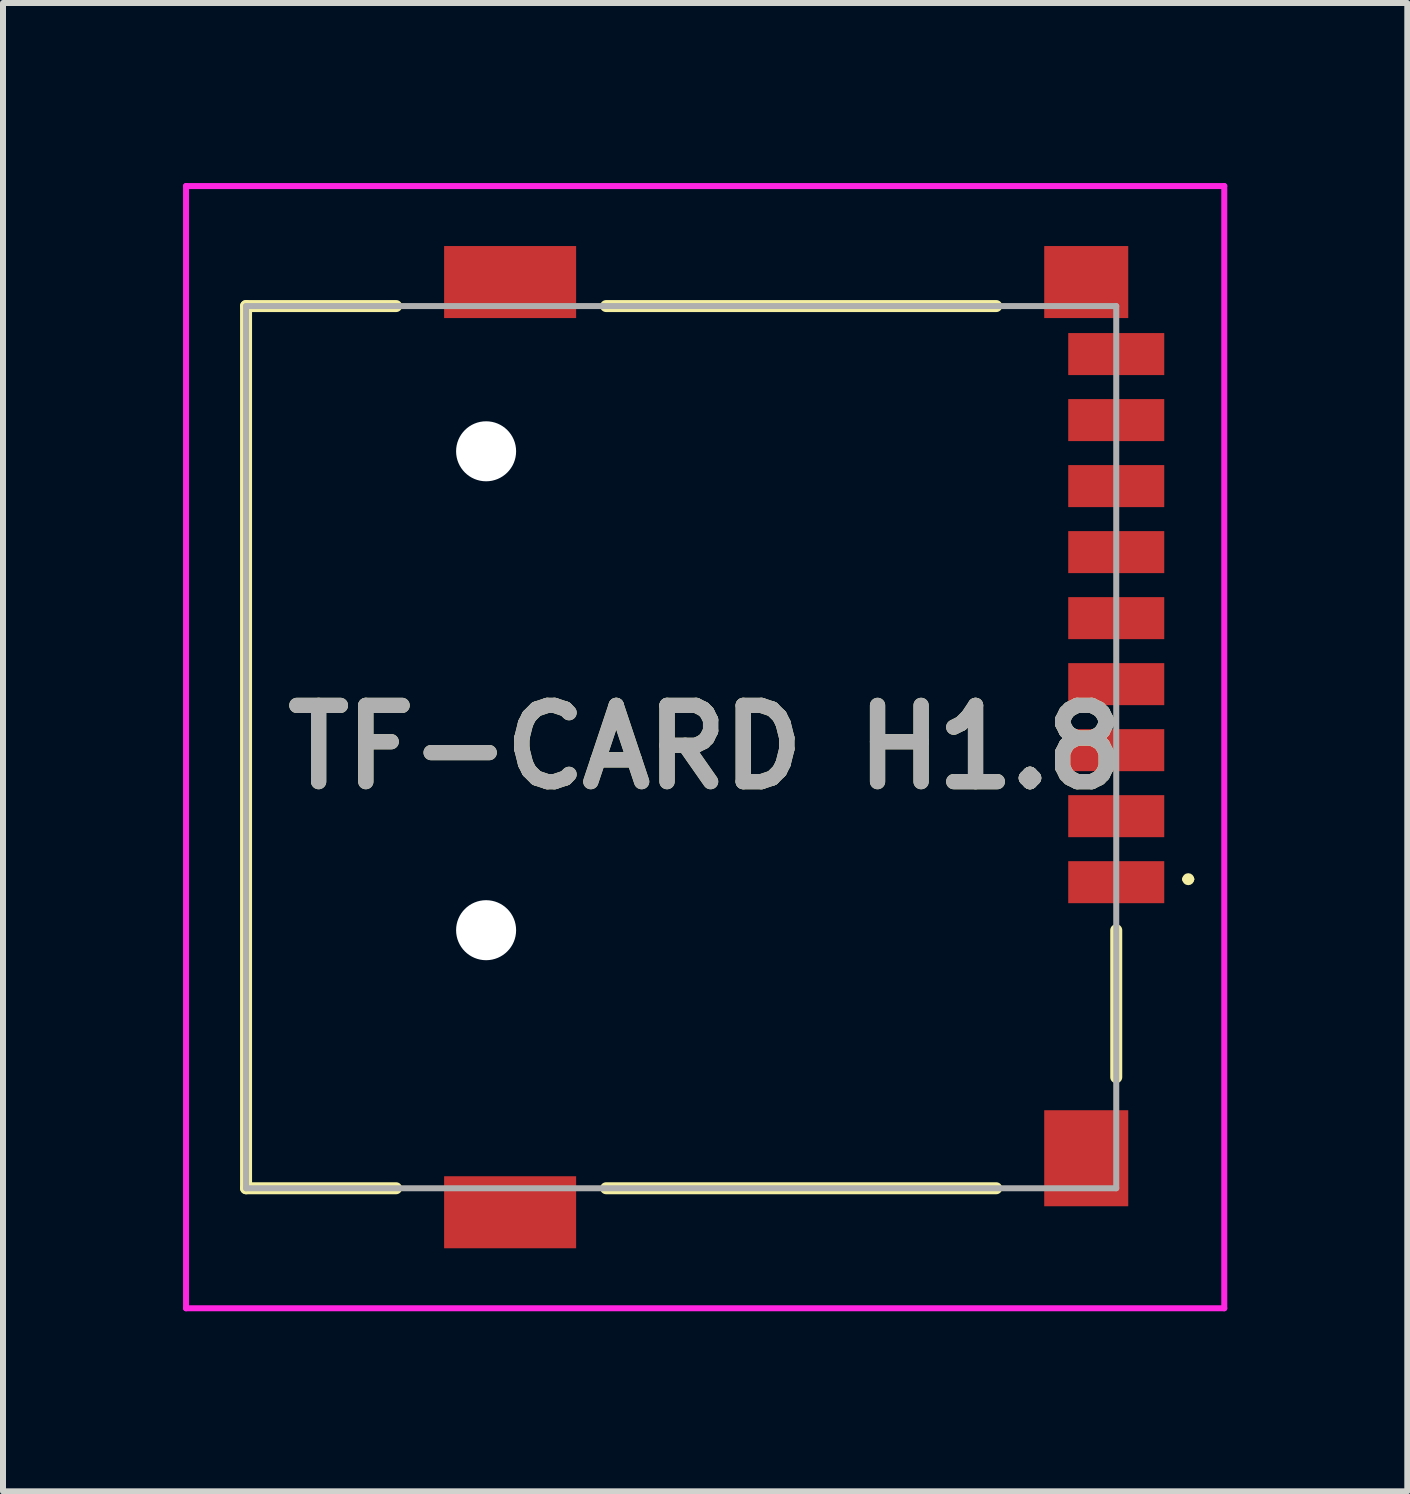
<source format=kicad_pcb>
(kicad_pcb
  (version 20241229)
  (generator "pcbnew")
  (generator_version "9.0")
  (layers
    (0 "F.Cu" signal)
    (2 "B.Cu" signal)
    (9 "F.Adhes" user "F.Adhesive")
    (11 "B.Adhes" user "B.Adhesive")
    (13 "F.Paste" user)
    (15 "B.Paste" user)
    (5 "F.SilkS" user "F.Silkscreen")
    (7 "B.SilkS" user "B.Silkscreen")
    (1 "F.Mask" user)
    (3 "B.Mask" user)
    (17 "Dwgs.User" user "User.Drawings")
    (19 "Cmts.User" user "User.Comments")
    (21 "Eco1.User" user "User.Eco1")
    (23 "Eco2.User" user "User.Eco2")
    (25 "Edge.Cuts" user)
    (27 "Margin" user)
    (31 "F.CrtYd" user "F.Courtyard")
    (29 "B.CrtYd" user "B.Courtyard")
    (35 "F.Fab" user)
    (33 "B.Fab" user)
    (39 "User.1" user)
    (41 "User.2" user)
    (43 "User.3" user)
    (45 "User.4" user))
  (footprint "TF-CARD H1.8"
    (layer "F.Cu")
    (at 8.7 9.4)
    (property "Reference" "TF-CARD H1.8" (at 0 0 0) (layer "F.SilkS") (effects (font (size 1.27 1.27) (thickness 0.254))))
    (attr through_hole)
    (fp_line (start -7.65 -7.35) (end -7.65 7.35) (stroke (width 0.2) (type solid)) (layer "F.SilkS"))
    (fp_line (start -7.65 7.35) (end -5.15 7.35) (stroke (width 0.2) (type solid)) (layer "F.SilkS"))
    (fp_line (start -5.15 -7.35) (end -7.65 -7.35) (stroke (width 0.2) (type solid)) (layer "F.SilkS"))
    (fp_line (start -1.65 -7.35) (end 4.85 -7.35) (stroke (width 0.2) (type solid)) (layer "F.SilkS"))
    (fp_line (start -1.65 7.35) (end 4.85 7.35) (stroke (width 0.2) (type solid)) (layer "F.SilkS"))
    (fp_line (start 6.85 5.5) (end 6.85 3.05) (stroke (width 0.2) (type solid)) (layer "F.SilkS"))
    (fp_line (start 8 2.2) (end 8 2.2) (stroke (width 0.1) (type solid)) (layer "F.SilkS"))
    (fp_line (start 8.1 2.2) (end 8.1 2.2) (stroke (width 0.1) (type solid)) (layer "F.SilkS"))
    (fp_arc (start 8 2.2) (mid 8.05 2.15) (end 8.1 2.2) (stroke (width 0.1) (type solid)) (layer "F.SilkS"))
    (fp_arc (start 8.1 2.2) (mid 8.05 2.25) (end 8 2.2) (stroke (width 0.1) (type solid)) (layer "F.SilkS"))
    (fp_line (start -8.65 -9.35) (end 8.65 -9.35) (stroke (width 0.1) (type solid)) (layer "F.CrtYd"))
    (fp_line (start -8.65 9.35) (end -8.65 -9.35) (stroke (width 0.1) (type solid)) (layer "F.CrtYd"))
    (fp_line (start 8.65 -9.35) (end 8.65 9.35) (stroke (width 0.1) (type solid)) (layer "F.CrtYd"))
    (fp_line (start 8.65 9.35) (end -8.65 9.35) (stroke (width 0.1) (type solid)) (layer "F.CrtYd"))
    (fp_line (start -7.65 -7.35) (end 6.85 -7.35) (stroke (width 0.1) (type solid)) (layer "F.Fab"))
    (fp_line (start -7.65 7.35) (end -7.65 -7.35) (stroke (width 0.1) (type solid)) (layer "F.Fab"))
    (fp_line (start 6.85 -7.35) (end 6.85 7.35) (stroke (width 0.1) (type solid)) (layer "F.Fab"))
    (fp_line (start 6.85 7.35) (end -7.65 7.35) (stroke (width 0.1) (type solid)) (layer "F.Fab"))
    (fp_text user "${REFERENCE}" (at 0 0 0) (layer "F.Fab") (effects (font (size 1.27 1.27) (thickness 0.254))))
    (pad "" np_thru_hole circle (at -3.65 -4.93) (size 1 1) (drill 1) (layers "*.Cu" "*.Mask"))
    (pad "" np_thru_hole circle (at -3.65 3.05) (size 1 1) (drill 1) (layers "*.Cu" "*.Mask"))
    (pad "1" smd rect (at 6.85 2.25 90) (size 0.7 1.6) (layers "F.Cu" "F.Mask" "F.Paste"))
    (pad "2" smd rect (at 6.85 1.15 90) (size 0.7 1.6) (layers "F.Cu" "F.Mask" "F.Paste"))
    (pad "3" smd rect (at 6.85 0.05 90) (size 0.7 1.6) (layers "F.Cu" "F.Mask" "F.Paste"))
    (pad "4" smd rect (at 6.85 -1.05 90) (size 0.7 1.6) (layers "F.Cu" "F.Mask" "F.Paste"))
    (pad "5" smd rect (at 6.85 -2.15 90) (size 0.7 1.6) (layers "F.Cu" "F.Mask" "F.Paste"))
    (pad "6" smd rect (at 6.85 -3.25 90) (size 0.7 1.6) (layers "F.Cu" "F.Mask" "F.Paste"))
    (pad "7" smd rect (at 6.85 -4.35 90) (size 0.7 1.6) (layers "F.Cu" "F.Mask" "F.Paste"))
    (pad "8" smd rect (at 6.85 -5.45 90) (size 0.7 1.6) (layers "F.Cu" "F.Mask" "F.Paste"))
    (pad "CD1" smd rect (at 6.85 -6.55 90) (size 0.7 1.6) (layers "F.Cu" "F.Mask" "F.Paste"))
    (pad "G1" smd rect (at 6.35 -7.75 90) (size 1.2 1.4) (layers "F.Cu" "F.Mask" "F.Paste"))
    (pad "MP1" smd rect (at -3.25 7.75 90) (size 1.2 2.2) (layers "F.Cu" "F.Mask" "F.Paste"))
    (pad "MP2" smd rect (at -3.25 -7.75 90) (size 1.2 2.2) (layers "F.Cu" "F.Mask" "F.Paste"))
    (pad "MP3" smd rect (at 6.35 6.85) (size 1.4 1.6) (layers "F.Cu" "F.Mask" "F.Paste")))
  (gr_rect
    (start -3 -3)
    (end 20.4 21.8)
    (stroke (width 0.1) (type default))
    (fill no)
    (layer "Edge.Cuts")))
</source>
